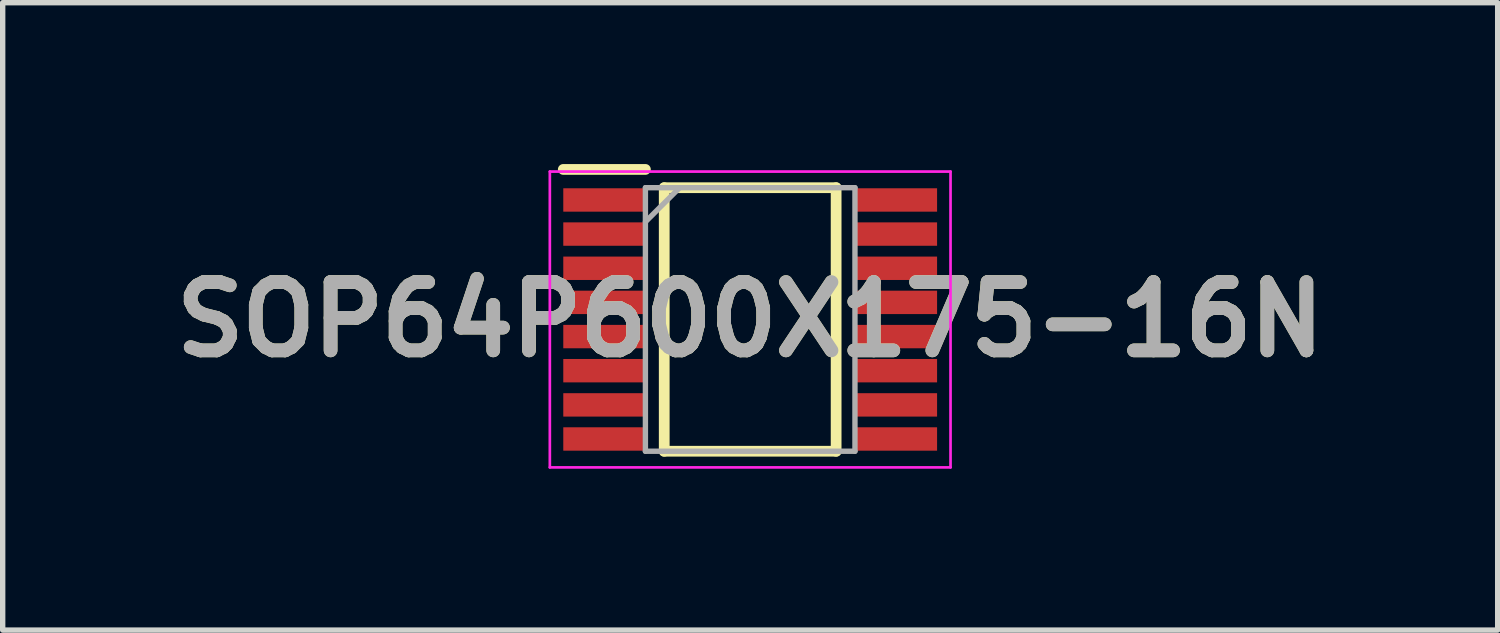
<source format=kicad_pcb>
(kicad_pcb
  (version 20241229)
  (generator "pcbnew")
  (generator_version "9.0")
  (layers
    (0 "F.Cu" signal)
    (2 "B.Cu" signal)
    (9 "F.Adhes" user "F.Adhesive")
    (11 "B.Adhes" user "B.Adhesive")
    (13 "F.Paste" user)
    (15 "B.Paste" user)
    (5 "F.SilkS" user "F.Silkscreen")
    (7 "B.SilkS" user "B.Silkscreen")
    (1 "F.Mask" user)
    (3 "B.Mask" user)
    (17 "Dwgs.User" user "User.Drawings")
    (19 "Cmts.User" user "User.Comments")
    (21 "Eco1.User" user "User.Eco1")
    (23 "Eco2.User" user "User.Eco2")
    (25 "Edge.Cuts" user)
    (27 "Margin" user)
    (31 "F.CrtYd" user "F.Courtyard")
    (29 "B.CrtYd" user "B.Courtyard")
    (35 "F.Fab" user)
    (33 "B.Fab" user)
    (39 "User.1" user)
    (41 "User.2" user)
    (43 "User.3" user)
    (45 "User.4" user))
  (footprint "SOP64P600X175-16N"
    (layer "F.Cu")
    (at 10.898 2.89)
    (property "Reference" "SOP64P600X175-16N" (at 0 0 0) (layer "F.SilkS") (effects (font (size 1.27 1.27) (thickness 0.254))))
    (attr smd)
    (fp_line (start -3.475 -2.79) (end -1.948 -2.79) (stroke (width 0.2) (type solid)) (layer "F.SilkS"))
    (fp_line (start -1.598 -2.45) (end 1.598 -2.45) (stroke (width 0.2) (type solid)) (layer "F.SilkS"))
    (fp_line (start -1.598 2.45) (end -1.598 -2.45) (stroke (width 0.2) (type solid)) (layer "F.SilkS"))
    (fp_line (start 1.598 -2.45) (end 1.598 2.45) (stroke (width 0.2) (type solid)) (layer "F.SilkS"))
    (fp_line (start 1.598 2.45) (end -1.598 2.45) (stroke (width 0.2) (type solid)) (layer "F.SilkS"))
    (fp_line (start -3.725 -2.75) (end 3.725 -2.75) (stroke (width 0.05) (type solid)) (layer "F.CrtYd"))
    (fp_line (start -3.725 2.75) (end -3.725 -2.75) (stroke (width 0.05) (type solid)) (layer "F.CrtYd"))
    (fp_line (start 3.725 -2.75) (end 3.725 2.75) (stroke (width 0.05) (type solid)) (layer "F.CrtYd"))
    (fp_line (start 3.725 2.75) (end -3.725 2.75) (stroke (width 0.05) (type solid)) (layer "F.CrtYd"))
    (fp_line (start -1.948 -2.45) (end 1.948 -2.45) (stroke (width 0.1) (type solid)) (layer "F.Fab"))
    (fp_line (start -1.948 -1.815) (end -1.312 -2.45) (stroke (width 0.1) (type solid)) (layer "F.Fab"))
    (fp_line (start -1.948 2.45) (end -1.948 -2.45) (stroke (width 0.1) (type solid)) (layer "F.Fab"))
    (fp_line (start 1.948 -2.45) (end 1.948 2.45) (stroke (width 0.1) (type solid)) (layer "F.Fab"))
    (fp_line (start 1.948 2.45) (end -1.948 2.45) (stroke (width 0.1) (type solid)) (layer "F.Fab"))
    (fp_text user "${REFERENCE}" (at 0 0 0) (layer "F.Fab") (effects (font (size 1.27 1.27) (thickness 0.254))))
    (pad "1" smd rect (at -2.711 -2.222 90) (size 0.435 1.528) (layers "F.Cu" "F.Mask" "F.Paste"))
    (pad "2" smd rect (at -2.711 -1.588 90) (size 0.435 1.528) (layers "F.Cu" "F.Mask" "F.Paste"))
    (pad "3" smd rect (at -2.711 -0.952 90) (size 0.435 1.528) (layers "F.Cu" "F.Mask" "F.Paste"))
    (pad "4" smd rect (at -2.711 -0.318 90) (size 0.435 1.528) (layers "F.Cu" "F.Mask" "F.Paste"))
    (pad "5" smd rect (at -2.711 0.318 90) (size 0.435 1.528) (layers "F.Cu" "F.Mask" "F.Paste"))
    (pad "6" smd rect (at -2.711 0.952 90) (size 0.435 1.528) (layers "F.Cu" "F.Mask" "F.Paste"))
    (pad "7" smd rect (at -2.711 1.588 90) (size 0.435 1.528) (layers "F.Cu" "F.Mask" "F.Paste"))
    (pad "8" smd rect (at -2.711 2.222 90) (size 0.435 1.528) (layers "F.Cu" "F.Mask" "F.Paste"))
    (pad "9" smd rect (at 2.711 2.222 90) (size 0.435 1.528) (layers "F.Cu" "F.Mask" "F.Paste"))
    (pad "10" smd rect (at 2.711 1.588 90) (size 0.435 1.528) (layers "F.Cu" "F.Mask" "F.Paste"))
    (pad "11" smd rect (at 2.711 0.952 90) (size 0.435 1.528) (layers "F.Cu" "F.Mask" "F.Paste"))
    (pad "12" smd rect (at 2.711 0.318 90) (size 0.435 1.528) (layers "F.Cu" "F.Mask" "F.Paste"))
    (pad "13" smd rect (at 2.711 -0.318 90) (size 0.435 1.528) (layers "F.Cu" "F.Mask" "F.Paste"))
    (pad "14" smd rect (at 2.711 -0.952 90) (size 0.435 1.528) (layers "F.Cu" "F.Mask" "F.Paste"))
    (pad "15" smd rect (at 2.711 -1.588 90) (size 0.435 1.528) (layers "F.Cu" "F.Mask" "F.Paste"))
    (pad "16" smd rect (at 2.711 -2.222 90) (size 0.435 1.528) (layers "F.Cu" "F.Mask" "F.Paste")))
  (gr_rect
    (start -3 -3)
    (end 24.796 8.665)
    (stroke (width 0.1) (type default))
    (fill no)
    (layer "Edge.Cuts")))
</source>
